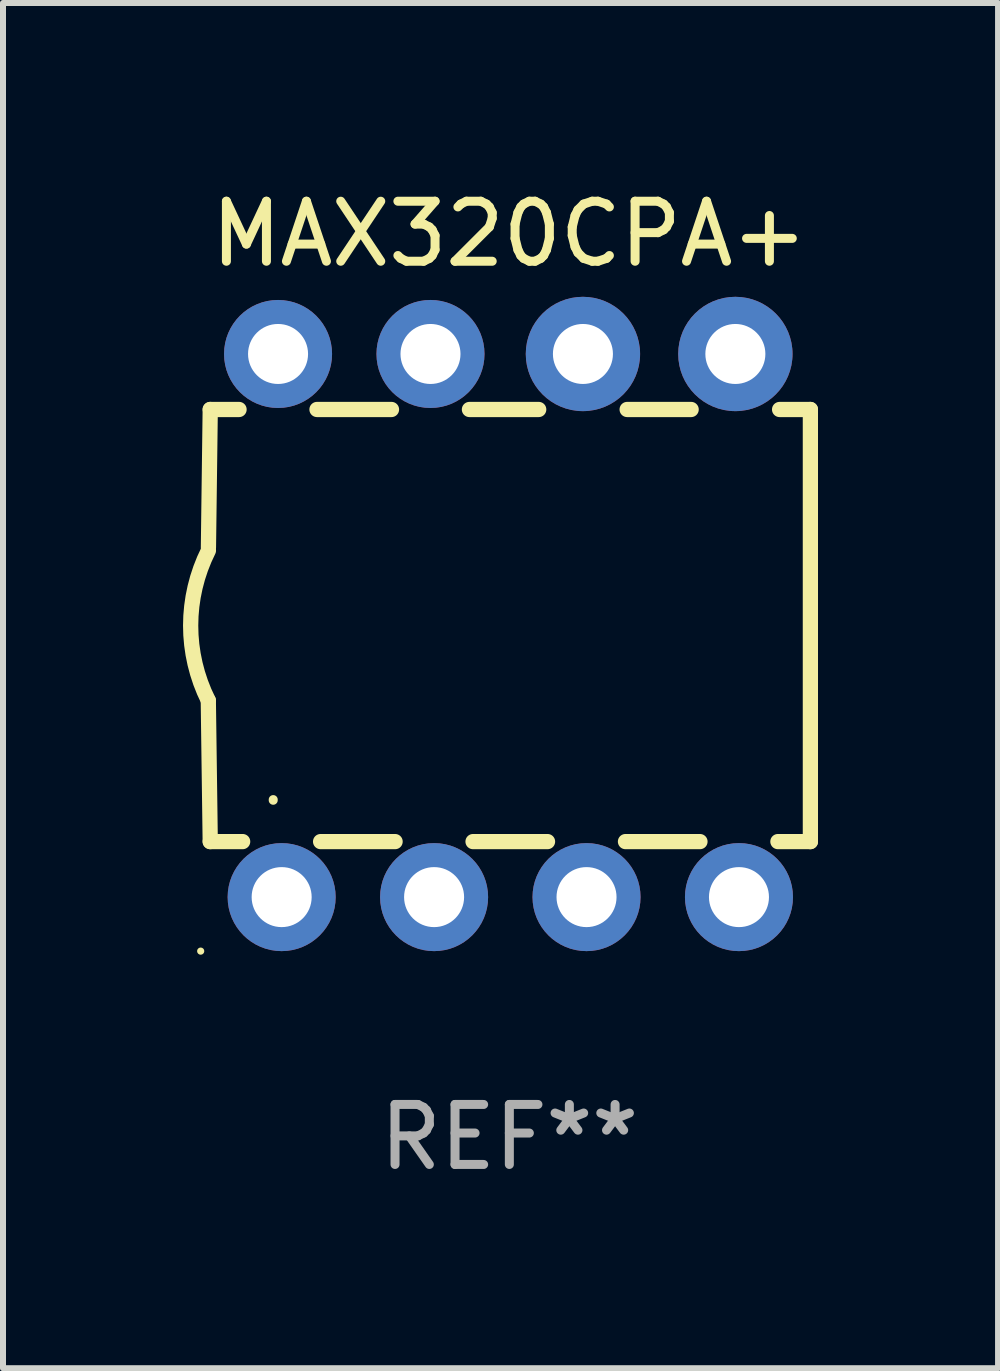
<source format=kicad_pcb>
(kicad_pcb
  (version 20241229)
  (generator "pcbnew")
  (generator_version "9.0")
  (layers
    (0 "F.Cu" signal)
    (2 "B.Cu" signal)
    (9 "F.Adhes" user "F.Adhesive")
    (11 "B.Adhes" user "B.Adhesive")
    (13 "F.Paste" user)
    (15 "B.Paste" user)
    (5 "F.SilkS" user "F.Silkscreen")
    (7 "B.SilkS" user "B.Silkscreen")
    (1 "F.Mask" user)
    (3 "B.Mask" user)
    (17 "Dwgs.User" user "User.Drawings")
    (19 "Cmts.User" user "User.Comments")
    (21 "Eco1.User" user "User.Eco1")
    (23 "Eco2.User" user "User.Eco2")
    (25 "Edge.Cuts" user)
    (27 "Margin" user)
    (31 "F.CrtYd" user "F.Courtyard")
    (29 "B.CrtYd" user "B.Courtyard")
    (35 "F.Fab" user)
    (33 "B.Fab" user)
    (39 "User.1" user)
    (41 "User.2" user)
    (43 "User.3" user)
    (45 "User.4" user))
  (footprint "MAX320CPA+"
    (layer "F.Cu")
    (at 5.437 7.373)
    (property "Reference" "MAX320CPA+" (at 0 -6.525 0) (layer "F.SilkS") (effects (font (size 1 1) (thickness 0.15))))
    (attr through_hole)
    (fp_line (start -4.984 -3.6) (end -5.014 -1.3) (stroke (width 0.254) (type solid)) (layer "F.SilkS"))
    (fp_line (start -4.984 -3.6) (end -4.504 -3.6) (stroke (width 0.254) (type solid)) (layer "F.SilkS"))
    (fp_line (start -4.984 3.6) (end -5.016 1.25) (stroke (width 0.254) (type solid)) (layer "F.SilkS"))
    (fp_line (start -4.984 3.6) (end -4.444 3.6) (stroke (width 0.254) (type solid)) (layer "F.SilkS"))
    (fp_line (start -3.205 -3.6) (end -1.964 -3.6) (stroke (width 0.254) (type solid)) (layer "F.SilkS"))
    (fp_line (start -3.145 3.6) (end -1.904 3.6) (stroke (width 0.254) (type solid)) (layer "F.SilkS"))
    (fp_line (start -0.665 -3.6) (end 0.489 -3.6) (stroke (width 0.254) (type solid)) (layer "F.SilkS"))
    (fp_line (start -0.605 3.6) (end 0.636 3.6) (stroke (width 0.254) (type solid)) (layer "F.SilkS"))
    (fp_line (start 1.935 3.6) (end 3.176 3.6) (stroke (width 0.254) (type solid)) (layer "F.SilkS"))
    (fp_line (start 1.963 -3.6) (end 3.029 -3.6) (stroke (width 0.254) (type solid)) (layer "F.SilkS"))
    (fp_line (start 4.475 3.6) (end 5.016 3.6) (stroke (width 0.254) (type solid)) (layer "F.SilkS"))
    (fp_line (start 4.503 -3.6) (end 5.016 -3.6) (stroke (width 0.254) (type solid)) (layer "F.SilkS"))
    (fp_line (start 5.016 -3.6) (end 5.016 3.6) (stroke (width 0.254) (type solid)) (layer "F.SilkS"))
    (fp_arc (start -5.015621 1.24972) (mid -5.310243 -0.000275) (end -5.014376 -1.249975) (stroke (width 0.254001) (type solid)) (layer "F.SilkS"))
    (fp_arc (start -3.934646 2.911239) (mid -3.934581 2.905612) (end -3.934392 2.899987) (stroke (width 0.149987) (type solid)) (layer "F.SilkS"))
    (fp_circle (center -5.143 5.425) (end -5.113 5.425) (stroke (width 0.06) (type solid)) (fill no) (layer "F.SilkS"))
    (fp_text user "REF**" (at 0 8.525 0) (layer "F.Fab") (effects (font (size 1 1) (thickness 0.15))))
    (pad "1" thru_hole circle (at -3.794 4.525) (size 1.8 1.8) (drill 1) (layers "*.Cu" "*.Mask"))
    (pad "2" thru_hole circle (at -1.254 4.525) (size 1.8 1.8) (drill 1) (layers "*.Cu" "*.Mask"))
    (pad "3" thru_hole circle (at 1.286 4.525) (size 1.8 1.8) (drill 1) (layers "*.Cu" "*.Mask"))
    (pad "4" thru_hole circle (at 3.826 4.525) (size 1.8 1.8) (drill 1) (layers "*.Cu" "*.Mask"))
    (pad "5" thru_hole circle (at 3.766 -4.525) (size 1.905 1.905) (drill 1) (layers "*.Cu" "*.Mask"))
    (pad "6" thru_hole circle (at 1.226 -4.525) (size 1.905 1.905) (drill 1) (layers "*.Cu" "*.Mask"))
    (pad "7" thru_hole circle (at -1.314 -4.525) (size 1.8 1.8) (drill 1) (layers "*.Cu" "*.Mask"))
    (pad "8" thru_hole circle (at -3.854 -4.525) (size 1.8 1.8) (drill 1) (layers "*.Cu" "*.Mask")))
  (gr_rect
    (start -3 -3)
    (end 13.58 19.747)
    (stroke (width 0.1) (type default))
    (fill no)
    (layer "Edge.Cuts")))
</source>
